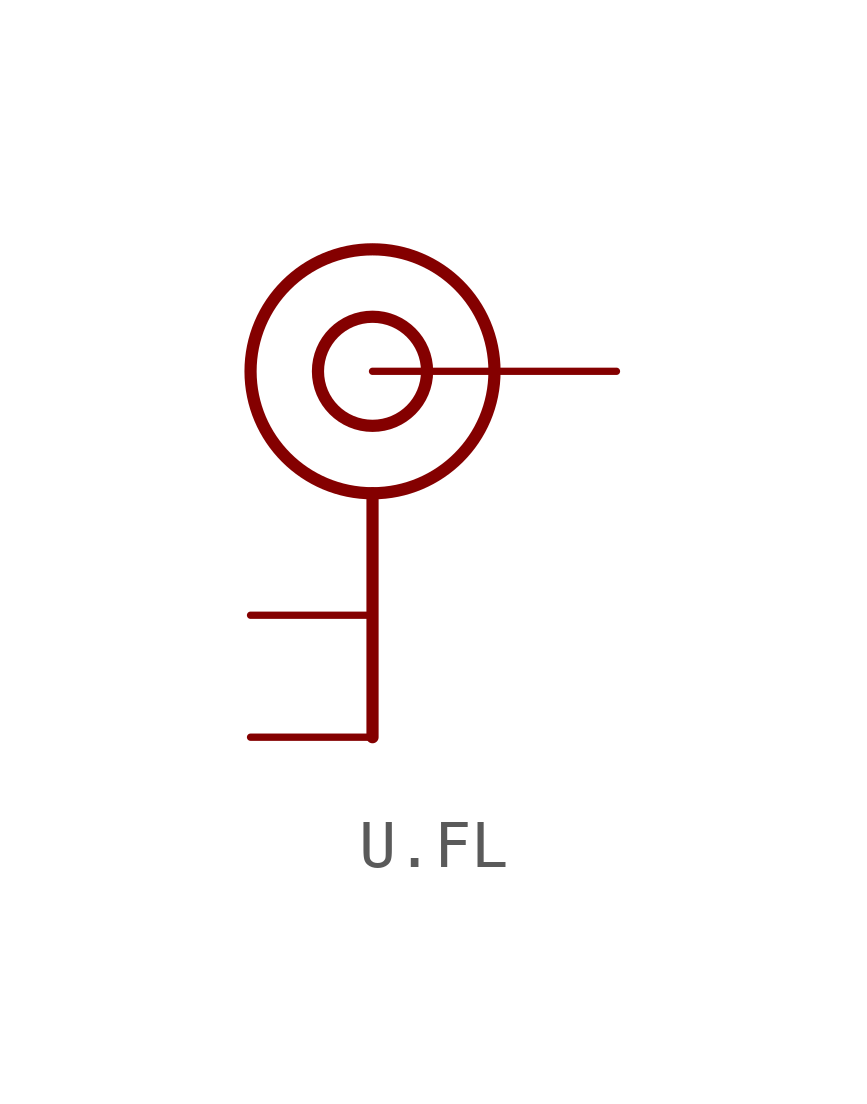
<source format=kicad_sym>
(kicad_symbol_lib
  (version 20211014)
  (generator kicad_symbol_editor)
  (symbol "U.FL"
    (property "Reference" ""
      (at 0 0 0)
      (effects (font (size 1.27 1.27)) hide))
    (property "ki_locked" ""
      (at 0 0 0)
      (effects (font (size 1.27 1.27))))
    (symbol "U.FL_1_0"
      (polyline (pts (xy 0 -2.54) (xy 0 -7.62)) (stroke (width 0.254) (type default) (color 0 0 0 0)) (fill (type none)))
      (circle (center 0 0) (radius 1.136) (stroke (width 0.254) (type default) (color 0 0 0 0)) (fill (type none)))
      (circle (center 0 0) (radius 2.54) (stroke (width 0.254) (type default) (color 0 0 0 0)) (fill (type none)))
      (pin bidirectional line (at -2.54 -5.08 0) (length 2.54) (name "GND@0" (effects (font (size 0 0)))) (number "P$1" (effects (font (size 0 0)))))
      (pin bidirectional line (at -2.54 -7.62 0) (length 2.54) (name "GND@1" (effects (font (size 0 0)))) (number "P$2" (effects (font (size 0 0)))))
      (pin bidirectional line (at 5.08 0 180) (length 5.08) (name "SIGNAL" (effects (font (size 0 0)))) (number "P$3" (effects (font (size 0 0))))))))
</source>
